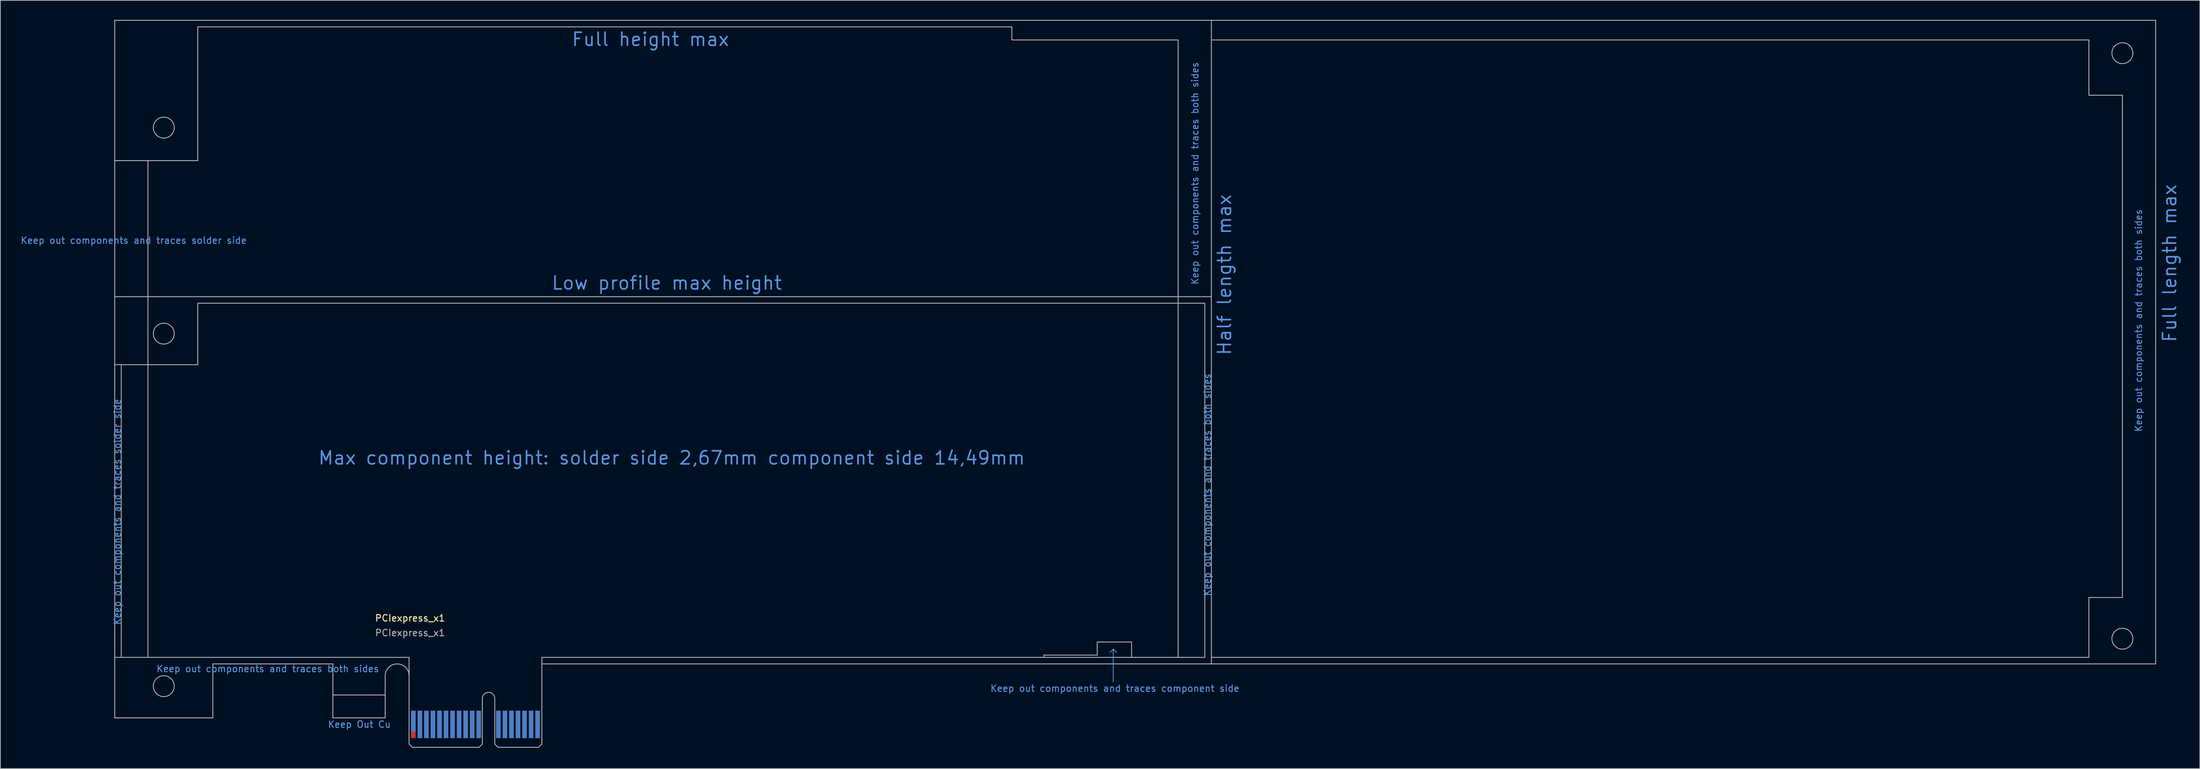
<source format=kicad_pcb>
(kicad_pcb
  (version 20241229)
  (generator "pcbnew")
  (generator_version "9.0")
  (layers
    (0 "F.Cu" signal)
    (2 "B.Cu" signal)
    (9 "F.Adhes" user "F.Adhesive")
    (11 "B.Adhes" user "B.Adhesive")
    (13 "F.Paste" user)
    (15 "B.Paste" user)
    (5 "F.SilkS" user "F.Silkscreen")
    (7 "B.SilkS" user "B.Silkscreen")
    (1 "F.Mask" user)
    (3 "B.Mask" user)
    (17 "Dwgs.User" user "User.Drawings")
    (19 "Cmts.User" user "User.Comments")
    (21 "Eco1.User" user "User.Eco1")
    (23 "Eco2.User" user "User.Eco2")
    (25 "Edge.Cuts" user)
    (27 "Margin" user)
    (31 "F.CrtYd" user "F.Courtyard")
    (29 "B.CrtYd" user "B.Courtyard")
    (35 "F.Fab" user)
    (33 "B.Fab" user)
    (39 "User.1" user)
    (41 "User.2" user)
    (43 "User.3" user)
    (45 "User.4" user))
  (footprint "PCIexpress_x1"
    (layer "F.Cu")
    (at 59.637 111.21)
    (property "Reference" "PCIexpress_x1" (at 0 -19.75 0) (layer "F.SilkS") (effects (font (size 1 1) (thickness 0.15))))
    (attr exclude_from_pos_files exclude_from_bom allow_soldermask_bridges)
    (fp_poly (pts (xy -11.8 -4.5) (xy -11.8 -8) (xy -3.8 -8) (xy -3.8 -4.5)) (stroke (width 0) (type solid)) (fill yes) (layer "F.Mask"))
    (fp_poly (pts (xy -0.25 -5.5) (xy 20.25 -5.5) (xy 20.25 0) (xy -0.25 0)) (stroke (width 0.2) (type solid)) (fill yes) (layer "F.Mask"))
    (fp_poly (pts (xy -11.8 -4.5) (xy -11.8 -8) (xy -3.8 -8) (xy -3.8 -4.5)) (stroke (width 0) (type solid)) (fill yes) (layer "B.Mask"))
    (fp_poly (pts (xy -0.25 -5.5) (xy 20.25 -5.5) (xy 20.25 0) (xy -0.25 0)) (stroke (width 0.2) (type solid)) (fill yes) (layer "B.Mask"))
    (fp_line (start -45.15 -111.15) (end -45.15 -4.5) (stroke (width 0.12) (type solid)) (layer "Dwgs.User"))
    (fp_line (start -45.15 -111.15) (end 122.5 -111.15) (stroke (width 0.12) (type solid)) (layer "Dwgs.User"))
    (fp_line (start -45.15 -89.7) (end -32.45 -89.7) (stroke (width 0.12) (type solid)) (layer "Dwgs.User"))
    (fp_line (start -45.15 -68.9) (end 122.5 -68.9) (stroke (width 0.12) (type solid)) (layer "Dwgs.User"))
    (fp_line (start -45.15 -58.5) (end -32.45 -58.5) (stroke (width 0.12) (type solid)) (layer "Dwgs.User"))
    (fp_line (start -44.15 -58.5) (end -44.15 -13.75) (stroke (width 0.12) (type solid)) (layer "Dwgs.User"))
    (fp_line (start -40.07 -13.75) (end -40.07 -89.7) (stroke (width 0.12) (type solid)) (layer "Dwgs.User"))
    (fp_line (start -32.45 -110.15) (end -32.45 -89.7) (stroke (width 0.12) (type solid)) (layer "Dwgs.User"))
    (fp_line (start -32.45 -110.15) (end 92 -110.15) (stroke (width 0.12) (type solid)) (layer "Dwgs.User"))
    (fp_line (start -32.45 -67.9) (end 121.5 -67.9) (stroke (width 0.12) (type solid)) (layer "Dwgs.User"))
    (fp_line (start -32.45 -58.5) (end -32.45 -67.9) (stroke (width 0.12) (type solid)) (layer "Dwgs.User"))
    (fp_line (start -30.15 -12.75) (end -11.8 -12.75) (stroke (width 0.12) (type solid)) (layer "Dwgs.User"))
    (fp_line (start -30.15 -4.5) (end -45.15 -4.5) (stroke (width 0.12) (type solid)) (layer "Dwgs.User"))
    (fp_line (start -30.15 -4.5) (end -30.15 -12.75) (stroke (width 0.12) (type solid)) (layer "Dwgs.User"))
    (fp_line (start -11.8 -8) (end -3.8 -8) (stroke (width 0.12) (type solid)) (layer "Dwgs.User"))
    (fp_line (start -11.8 -4.5) (end -11.8 -12.75) (stroke (width 0.12) (type solid)) (layer "Dwgs.User"))
    (fp_line (start -11.8 -4.5) (end -3.8 -4.5) (stroke (width 0.12) (type solid)) (layer "Dwgs.User"))
    (fp_line (start -3.8 -4.5) (end -3.8 -10.925) (stroke (width 0.12) (type solid)) (layer "Dwgs.User"))
    (fp_line (start -0.15 -13.75) (end -45.15 -13.75) (stroke (width 0.12) (type solid)) (layer "Dwgs.User"))
    (fp_line (start -0.15 -10.925) (end -0.15 -13.75) (stroke (width 0.12) (type solid)) (layer "Dwgs.User"))
    (fp_line (start -0.15 -0.5) (end -0.15 -10.925) (stroke (width 0.12) (type solid)) (layer "Dwgs.User"))
    (fp_line (start -0.15 -0.5) (end 0.35 0) (stroke (width 0.12) (type solid)) (layer "Dwgs.User"))
    (fp_line (start 0.35 0) (end 10.55 0) (stroke (width 0.12) (type solid)) (layer "Dwgs.User"))
    (fp_line (start 11.05 -7.45) (end 11.05 -0.5) (stroke (width 0.12) (type solid)) (layer "Dwgs.User"))
    (fp_line (start 11.05 -0.5) (end 10.55 0) (stroke (width 0.12) (type solid)) (layer "Dwgs.User"))
    (fp_line (start 12.95 -7.45) (end 12.95 -0.5) (stroke (width 0.12) (type solid)) (layer "Dwgs.User"))
    (fp_line (start 12.95 -0.5) (end 13.45 0) (stroke (width 0.12) (type solid)) (layer "Dwgs.User"))
    (fp_line (start 13.45 0) (end 19.65 0) (stroke (width 0.12) (type solid)) (layer "Dwgs.User"))
    (fp_line (start 20.15 -13.75) (end 121.5 -13.75) (stroke (width 0.12) (type solid)) (layer "Dwgs.User"))
    (fp_line (start 20.15 -12.75) (end 20.15 -13.75) (stroke (width 0.12) (type solid)) (layer "Dwgs.User"))
    (fp_line (start 20.15 -12.75) (end 122.503 -12.75) (stroke (width 0.12) (type solid)) (layer "Dwgs.User"))
    (fp_line (start 20.15 -0.5) (end 19.65 0) (stroke (width 0.12) (type solid)) (layer "Dwgs.User"))
    (fp_line (start 20.15 -0.5) (end 20.15 -12.75) (stroke (width 0.12) (type solid)) (layer "Dwgs.User"))
    (fp_line (start 92 -110.15) (end 92 -108.15) (stroke (width 0.12) (type solid)) (layer "Dwgs.User"))
    (fp_line (start 92 -108.15) (end 117.42 -108.15) (stroke (width 0.12) (type solid)) (layer "Dwgs.User"))
    (fp_line (start 96.9 -14.1) (end 96.9 -13.75) (stroke (width 0.12) (type solid)) (layer "Dwgs.User"))
    (fp_line (start 96.9 -14.1) (end 105.05 -14.1) (stroke (width 0.12) (type solid)) (layer "Dwgs.User"))
    (fp_line (start 105.05 -16.1) (end 110.3 -16.1) (stroke (width 0.12) (type solid)) (layer "Dwgs.User"))
    (fp_line (start 105.05 -14.1) (end 105.05 -16.1) (stroke (width 0.12) (type solid)) (layer "Dwgs.User"))
    (fp_line (start 110.3 -16.1) (end 110.3 -13.75) (stroke (width 0.12) (type solid)) (layer "Dwgs.User"))
    (fp_line (start 117.42 -108.15) (end 117.42 -13.75) (stroke (width 0.12) (type solid)) (layer "Dwgs.User"))
    (fp_line (start 121.5 -67.9) (end 121.5 -13.75) (stroke (width 0.12) (type solid)) (layer "Dwgs.User"))
    (fp_line (start 122.5 -111.15) (end 122.5 -12.75) (stroke (width 0.12) (type solid)) (layer "Dwgs.User"))
    (fp_line (start 122.5 -111.15) (end 266.85 -111.15) (stroke (width 0.12) (type solid)) (layer "Dwgs.User"))
    (fp_line (start 122.5 -108.15) (end 256.65 -108.15) (stroke (width 0.12) (type solid)) (layer "Dwgs.User"))
    (fp_line (start 122.5 -13.75) (end 256.65 -13.75) (stroke (width 0.12) (type solid)) (layer "Dwgs.User"))
    (fp_line (start 122.503 -12.75) (end 266.853 -12.75) (stroke (width 0.12) (type solid)) (layer "Dwgs.User"))
    (fp_line (start 256.65 -108.15) (end 256.65 -99.7) (stroke (width 0.12) (type solid)) (layer "Dwgs.User"))
    (fp_line (start 256.65 -99.7) (end 261.77 -99.7) (stroke (width 0.12) (type solid)) (layer "Dwgs.User"))
    (fp_line (start 256.65 -22.9) (end 261.77 -22.9) (stroke (width 0.12) (type solid)) (layer "Dwgs.User"))
    (fp_line (start 256.65 -13.75) (end 256.65 -22.9) (stroke (width 0.12) (type solid)) (layer "Dwgs.User"))
    (fp_line (start 261.77 -99.7) (end 261.77 -22.9) (stroke (width 0.12) (type solid)) (layer "Dwgs.User"))
    (fp_line (start 266.85 -111.15) (end 266.853 -12.75) (stroke (width 0.12) (type solid)) (layer "Dwgs.User"))
    (fp_arc (start -3.8 -10.925) (mid -1.975 -12.75) (end -0.15 -10.925) (stroke (width 0.12) (type solid)) (layer "Dwgs.User"))
    (fp_arc (start 11.05 -7.45) (mid 12 -8.4) (end 12.95 -7.45) (stroke (width 0.12) (type solid)) (layer "Dwgs.User"))
    (fp_circle (center -37.65 -94.75) (end -36.05 -94.75) (stroke (width 0.12) (type solid)) (fill no) (layer "Dwgs.User"))
    (fp_circle (center -37.65 -63.25) (end -36.05 -63.25) (stroke (width 0.12) (type solid)) (fill no) (layer "Dwgs.User"))
    (fp_circle (center -37.65 -9.35) (end -36.05 -9.35) (stroke (width 0.12) (type solid)) (fill no) (layer "Dwgs.User"))
    (fp_circle (center 261.77 -106.13) (end 263.37 -106.13) (stroke (width 0.12) (type solid)) (fill no) (layer "Dwgs.User"))
    (fp_circle (center 261.77 -16.6) (end 263.37 -16.6) (stroke (width 0.12) (type solid)) (fill no) (layer "Dwgs.User"))
    (fp_line (start 107.5 -15) (end 107 -14.5) (stroke (width 0.12) (type solid)) (layer "Cmts.User"))
    (fp_line (start 107.5 -15) (end 108 -14.5) (stroke (width 0.12) (type solid)) (layer "Cmts.User"))
    (fp_line (start 107.5 -10) (end 107.5 -15) (stroke (width 0.12) (type solid)) (layer "Cmts.User"))
    (fp_text user "Keep Out Cu" (at -7.75 -3.5 0) (layer "Cmts.User") (effects (font (size 1 1) (thickness 0.15))))
    (fp_text user "Full height max" (at 36.75 -108.25 0) (layer "Cmts.User") (effects (font (size 2 2) (thickness 0.25))))
    (fp_text user "Half length max" (at 124.5 -72.25 90) (layer "Cmts.User") (effects (font (size 2 2) (thickness 0.25))))
    (fp_text user "Keep out components and traces both sides" (at 264.25 -65.25 90) (layer "Cmts.User") (effects (font (size 1 1) (thickness 0.15))))
    (fp_text user "Keep out components and traces both sides" (at -21.75 -12 0) (layer "Cmts.User") (effects (font (size 1 1) (thickness 0.15))))
    (fp_text user "Low profile max height" (at 39.25 -71 0) (layer "Cmts.User") (effects (font (size 2 2) (thickness 0.25))))
    (fp_text user "Keep out components and traces both sides" (at 120 -87.75 90) (layer "Cmts.User") (effects (font (size 1 1) (thickness 0.15))))
    (fp_text user "Keep out components and traces solder side" (at -44.75 -36 90) (layer "Cmts.User") (effects (font (size 1 1) (thickness 0.15))))
    (fp_text user "Full length max" (at 269 -74 90) (layer "Cmts.User") (effects (font (size 2 2) (thickness 0.25))))
    (fp_text user "Keep out components and traces solder side" (at -42.25 -77.5 180) (layer "Cmts.User") (effects (font (size 1 1) (thickness 0.15))))
    (fp_text user "Keep out components and traces component side" (at 107.75 -9 180) (layer "Cmts.User") (effects (font (size 1 1) (thickness 0.15))))
    (fp_text user "Keep out components and traces both sides" (at 121.893 -40.135 90) (layer "Cmts.User") (effects (font (size 1 1) (thickness 0.15))))
    (fp_text user "Max component height: solder side 2,67mm component side 14,49mm" (at 40 -44.25 0) (layer "Cmts.User") (effects (font (size 2 2) (thickness 0.25))))
    (fp_text user "${REFERENCE}" (at 0 -17.5 0) (layer "F.Fab") (effects (font (size 1 1) (thickness 0.15))))
    (pad "A1" connect rect (at 0.5 -4) (size 0.7 3.2) (layers "B.Cu"))
    (pad "A2" connect rect (at 1.5 -3.5) (size 0.7 4.2) (layers "B.Cu"))
    (pad "A3" connect rect (at 2.5 -3.5) (size 0.7 4.2) (layers "B.Cu"))
    (pad "A4" connect rect (at 3.5 -3.5) (size 0.7 4.2) (layers "B.Cu"))
    (pad "A5" connect rect (at 4.5 -3.5) (size 0.7 4.2) (layers "B.Cu"))
    (pad "A6" connect rect (at 5.5 -3.5) (size 0.7 4.2) (layers "B.Cu"))
    (pad "A7" connect rect (at 6.5 -3.5) (size 0.7 4.2) (layers "B.Cu"))
    (pad "A8" connect rect (at 7.5 -3.5) (size 0.7 4.2) (layers "B.Cu"))
    (pad "A9" connect rect (at 8.5 -3.5) (size 0.7 4.2) (layers "B.Cu"))
    (pad "A10" connect rect (at 9.5 -3.5) (size 0.7 4.2) (layers "B.Cu"))
    (pad "A11" connect rect (at 10.5 -3.5) (size 0.7 4.2) (layers "B.Cu"))
    (pad "A12" connect rect (at 13.5 -3.5) (size 0.7 4.2) (layers "B.Cu"))
    (pad "A13" connect rect (at 14.5 -3.5) (size 0.7 4.2) (layers "B.Cu"))
    (pad "A14" connect rect (at 15.5 -3.5) (size 0.7 4.2) (layers "B.Cu"))
    (pad "A15" connect rect (at 16.5 -3.5) (size 0.7 4.2) (layers "B.Cu"))
    (pad "A16" connect rect (at 17.5 -3.5) (size 0.7 4.2) (layers "B.Cu"))
    (pad "A17" connect rect (at 18.5 -3.5) (size 0.7 4.2) (layers "B.Cu"))
    (pad "A18" connect rect (at 19.5 -3.5) (size 0.7 4.2) (layers "B.Cu"))
    (pad "B1" connect rect (at 0.5 -3.5) (size 0.7 4.2) (layers "F.Cu"))
    (pad "B2" connect rect (at 1.5 -3.5) (size 0.7 4.2) (layers "F.Cu"))
    (pad "B3" connect rect (at 2.5 -3.5) (size 0.7 4.2) (layers "F.Cu"))
    (pad "B4" connect rect (at 3.5 -3.5) (size 0.7 4.2) (layers "F.Cu"))
    (pad "B5" connect rect (at 4.5 -3.5) (size 0.7 4.2) (layers "F.Cu"))
    (pad "B6" connect rect (at 5.5 -3.5) (size 0.7 4.2) (layers "F.Cu"))
    (pad "B7" connect rect (at 6.5 -3.5) (size 0.7 4.2) (layers "F.Cu"))
    (pad "B8" connect rect (at 7.5 -3.5) (size 0.7 4.2) (layers "F.Cu"))
    (pad "B9" connect rect (at 8.5 -3.5) (size 0.7 4.2) (layers "F.Cu"))
    (pad "B10" connect rect (at 9.5 -3.5) (size 0.7 4.2) (layers "F.Cu"))
    (pad "B11" connect rect (at 10.5 -3.5) (size 0.7 4.2) (layers "F.Cu"))
    (pad "B12" connect rect (at 13.5 -3.5) (size 0.7 4.2) (layers "F.Cu"))
    (pad "B13" connect rect (at 14.5 -3.5) (size 0.7 4.2) (layers "F.Cu"))
    (pad "B14" connect rect (at 15.5 -3.5) (size 0.7 4.2) (layers "F.Cu"))
    (pad "B15" connect rect (at 16.5 -3.5) (size 0.7 4.2) (layers "F.Cu"))
    (pad "B16" connect rect (at 17.5 -3.5) (size 0.7 4.2) (layers "F.Cu"))
    (pad "B17" connect rect (at 18.5 -4) (size 0.7 3.2) (layers "F.Cu"))
    (pad "B18" connect rect (at 19.5 -3.5) (size 0.7 4.2) (layers "F.Cu")))
  (gr_rect
    (start -3 -3)
    (end 333.246 114.46)
    (stroke (width 0.1) (type default))
    (fill no)
    (layer "Edge.Cuts")))
</source>
